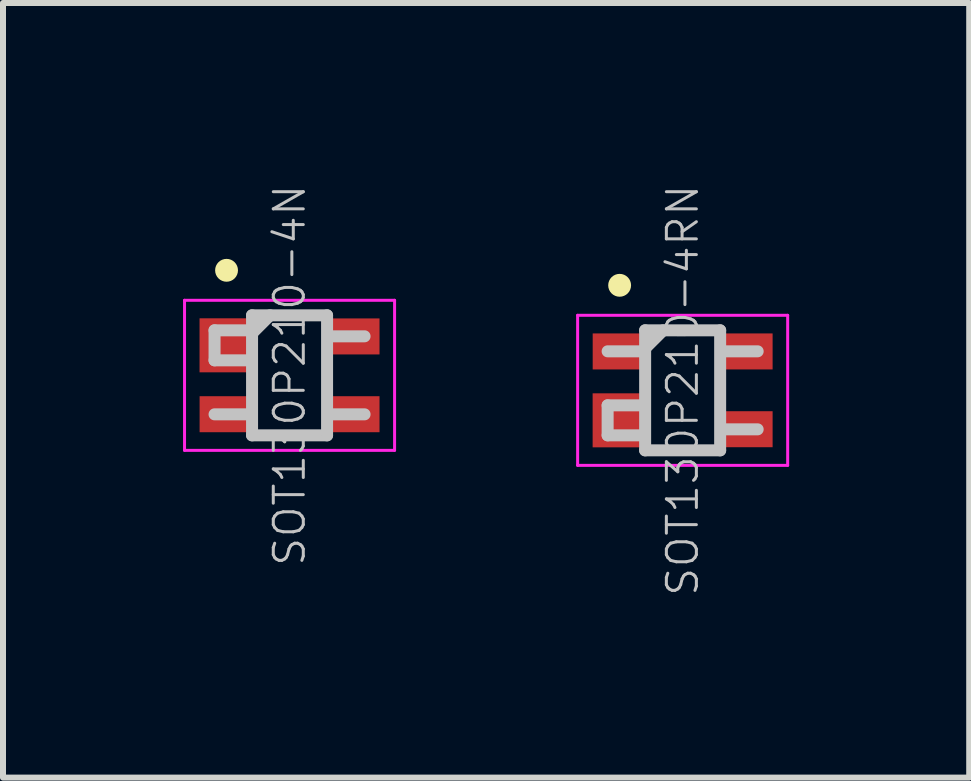
<source format=kicad_pcb>
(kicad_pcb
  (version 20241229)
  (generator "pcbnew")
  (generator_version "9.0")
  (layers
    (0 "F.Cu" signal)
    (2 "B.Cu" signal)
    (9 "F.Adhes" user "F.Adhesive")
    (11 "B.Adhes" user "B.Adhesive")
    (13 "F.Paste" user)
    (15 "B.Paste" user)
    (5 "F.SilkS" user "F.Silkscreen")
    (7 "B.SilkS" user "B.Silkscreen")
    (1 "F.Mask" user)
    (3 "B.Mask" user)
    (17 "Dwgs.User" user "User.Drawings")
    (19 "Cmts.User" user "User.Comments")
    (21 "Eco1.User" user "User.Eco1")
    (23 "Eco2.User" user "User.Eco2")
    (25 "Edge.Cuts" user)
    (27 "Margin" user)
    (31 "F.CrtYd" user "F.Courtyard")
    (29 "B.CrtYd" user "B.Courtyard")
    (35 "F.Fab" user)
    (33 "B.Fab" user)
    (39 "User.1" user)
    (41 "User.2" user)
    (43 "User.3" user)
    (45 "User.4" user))
  (footprint "SOT130P210-4N"
    (layer "F.Cu")
    (at 1.775 3.204)
    (property "Reference" "SOT130P210-4N" (at 0 0 90) (layer "Dwgs.User") (effects (font (size 0.5 0.5) (thickness 0.05))))
    (attr smd)
    (fp_line (start -1.05 -1.75) (end -1.05 -1.75) (stroke (width 0.381) (type solid)) (layer "F.SilkS"))
    (fp_line (start -1.25 -0.75) (end -1.25 -0.25) (stroke (width 0.2) (type solid)) (layer "Dwgs.User"))
    (fp_line (start -0.65 -0.75) (end -1.25 -0.75) (stroke (width 0.2) (type solid)) (layer "Dwgs.User"))
    (fp_line (start -0.65 -0.25) (end -1.25 -0.25) (stroke (width 0.2) (type solid)) (layer "Dwgs.User"))
    (fp_line (start -0.65 0.65) (end -1.25 0.65) (stroke (width 0.2) (type solid)) (layer "Dwgs.User"))
    (fp_line (start -0.625 -1) (end -0.625 1) (stroke (width 0.2) (type solid)) (layer "Dwgs.User"))
    (fp_line (start -0.625 -1) (end 0.625 -1) (stroke (width 0.2) (type solid)) (layer "Dwgs.User"))
    (fp_line (start -0.625 -0.7) (end -0.325 -1) (stroke (width 0.2) (type solid)) (layer "Dwgs.User"))
    (fp_line (start -0.625 1) (end 0.625 1) (stroke (width 0.2) (type solid)) (layer "Dwgs.User"))
    (fp_line (start 0.625 -1) (end 0.625 1) (stroke (width 0.2) (type solid)) (layer "Dwgs.User"))
    (fp_line (start 1.25 -0.65) (end 0.65 -0.65) (stroke (width 0.2) (type solid)) (layer "Dwgs.User"))
    (fp_line (start 1.25 0.65) (end 0.65 0.65) (stroke (width 0.2) (type solid)) (layer "Dwgs.User"))
    (fp_line (start -1.75 -1.25) (end -1.75 1.25) (stroke (width 0.05) (type solid)) (layer "F.CrtYd"))
    (fp_line (start -1.75 -1.25) (end 1.75 -1.25) (stroke (width 0.05) (type solid)) (layer "F.CrtYd"))
    (fp_line (start -1.75 1.25) (end 1.75 1.25) (stroke (width 0.05) (type solid)) (layer "F.CrtYd"))
    (fp_line (start 1.75 -1.25) (end 1.75 1.25) (stroke (width 0.05) (type solid)) (layer "F.CrtYd"))
    (pad "1" smd rect (at -1.05 -0.5 90) (size 0.9 0.9) (layers "F.Cu" "F.Mask" "F.Paste"))
    (pad "2" smd rect (at -1.049 0.648 90) (size 0.6 0.9) (layers "F.Cu" "F.Mask" "F.Paste"))
    (pad "3" smd rect (at 1.049 0.648 90) (size 0.6 0.9) (layers "F.Cu" "F.Mask" "F.Paste"))
    (pad "4" smd rect (at 1.049 -0.648 90) (size 0.6 0.9) (layers "F.Cu" "F.Mask" "F.Paste")))
  (footprint "SOT130P210-4RN"
    (layer "F.Cu")
    (at 8.325 3.454)
    (property "Reference" "SOT130P210-4RN" (at 0 0 90) (layer "Dwgs.User") (effects (font (size 0.5 0.5) (thickness 0.05))))
    (attr smd)
    (fp_line (start -1.05 -1.75) (end -1.05 -1.75) (stroke (width 0.381) (type solid)) (layer "F.SilkS"))
    (fp_line (start -1.25 0.25) (end -1.25 0.75) (stroke (width 0.2) (type solid)) (layer "Dwgs.User"))
    (fp_line (start -0.65 -0.65) (end -1.25 -0.65) (stroke (width 0.2) (type solid)) (layer "Dwgs.User"))
    (fp_line (start -0.65 0.25) (end -1.25 0.25) (stroke (width 0.2) (type solid)) (layer "Dwgs.User"))
    (fp_line (start -0.65 0.75) (end -1.25 0.75) (stroke (width 0.2) (type solid)) (layer "Dwgs.User"))
    (fp_line (start -0.625 -1) (end -0.625 1) (stroke (width 0.2) (type solid)) (layer "Dwgs.User"))
    (fp_line (start -0.625 -1) (end 0.625 -1) (stroke (width 0.2) (type solid)) (layer "Dwgs.User"))
    (fp_line (start -0.625 -0.7) (end -0.325 -1) (stroke (width 0.2) (type solid)) (layer "Dwgs.User"))
    (fp_line (start -0.625 1) (end 0.625 1) (stroke (width 0.2) (type solid)) (layer "Dwgs.User"))
    (fp_line (start 0.625 -1) (end 0.625 1) (stroke (width 0.2) (type solid)) (layer "Dwgs.User"))
    (fp_line (start 1.25 -0.65) (end 0.65 -0.65) (stroke (width 0.2) (type solid)) (layer "Dwgs.User"))
    (fp_line (start 1.25 0.65) (end 0.65 0.65) (stroke (width 0.2) (type solid)) (layer "Dwgs.User"))
    (fp_line (start -1.75 -1.25) (end -1.75 1.25) (stroke (width 0.05) (type solid)) (layer "F.CrtYd"))
    (fp_line (start -1.75 -1.25) (end 1.75 -1.25) (stroke (width 0.05) (type solid)) (layer "F.CrtYd"))
    (fp_line (start -1.75 1.25) (end 1.75 1.25) (stroke (width 0.05) (type solid)) (layer "F.CrtYd"))
    (fp_line (start 1.75 -1.25) (end 1.75 1.25) (stroke (width 0.05) (type solid)) (layer "F.CrtYd"))
    (pad "1" smd rect (at -1.05 0.5 90) (size 0.9 0.9) (layers "F.Cu" "F.Mask" "F.Paste"))
    (pad "2" smd rect (at -1.049 -0.648 90) (size 0.6 0.9) (layers "F.Cu" "F.Mask" "F.Paste"))
    (pad "3" smd rect (at 1.049 -0.648 90) (size 0.6 0.9) (layers "F.Cu" "F.Mask" "F.Paste"))
    (pad "4" smd rect (at 1.049 0.648 90) (size 0.6 0.9) (layers "F.Cu" "F.Mask" "F.Paste")))
  (gr_rect
    (start -3 -3)
    (end 13.1 9.907)
    (stroke (width 0.1) (type default))
    (fill no)
    (layer "Edge.Cuts")))
</source>
